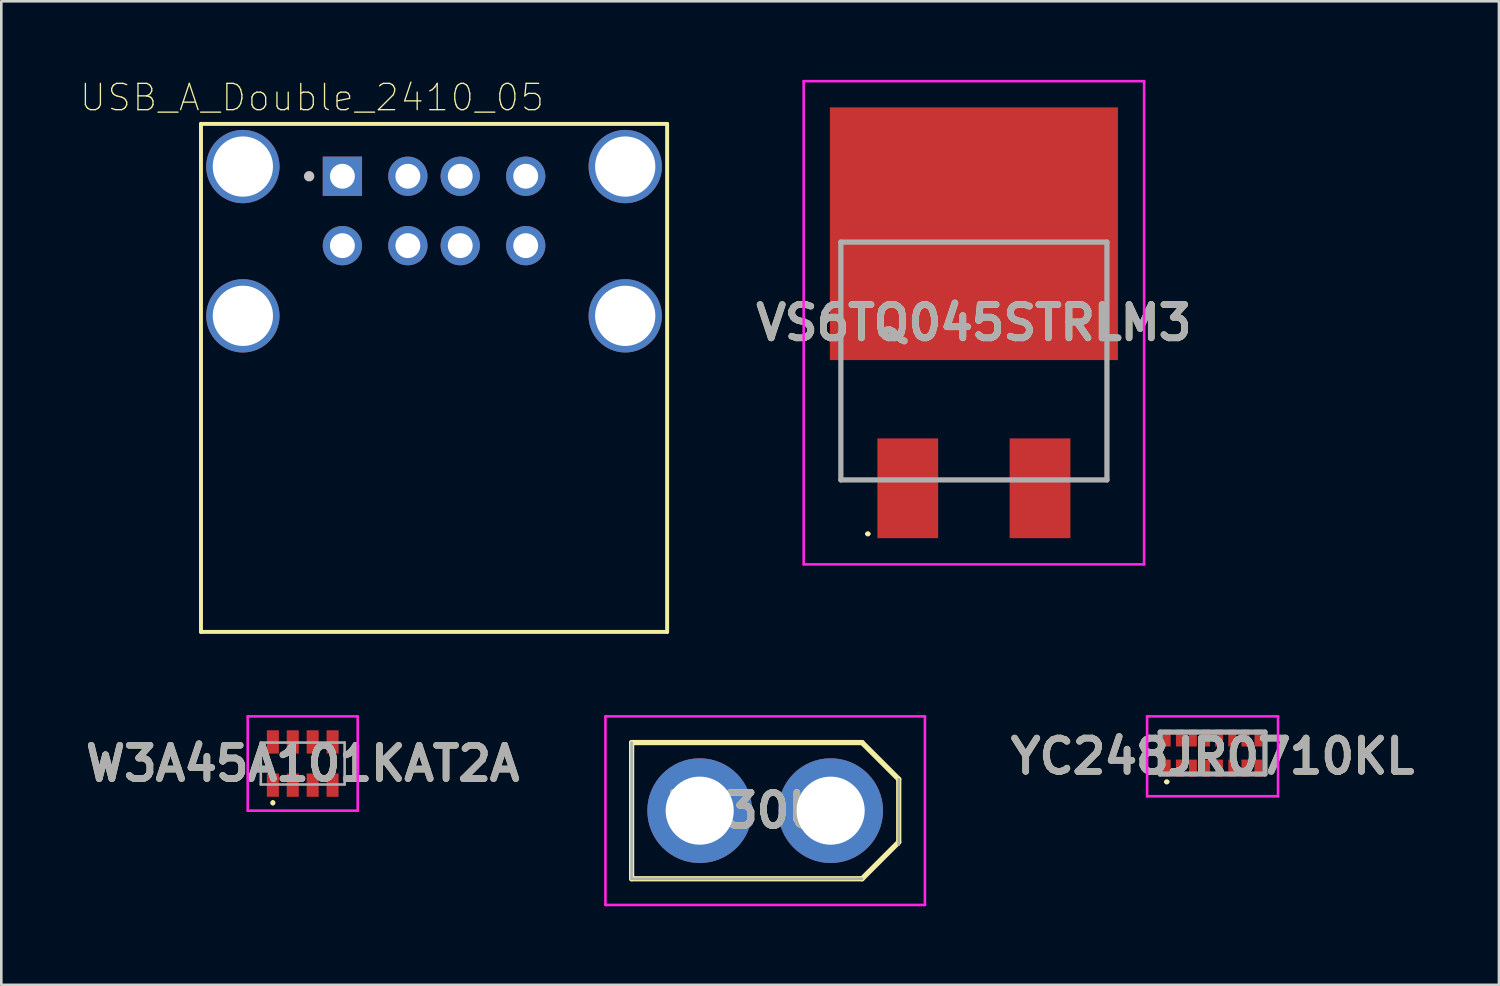
<source format=kicad_pcb>
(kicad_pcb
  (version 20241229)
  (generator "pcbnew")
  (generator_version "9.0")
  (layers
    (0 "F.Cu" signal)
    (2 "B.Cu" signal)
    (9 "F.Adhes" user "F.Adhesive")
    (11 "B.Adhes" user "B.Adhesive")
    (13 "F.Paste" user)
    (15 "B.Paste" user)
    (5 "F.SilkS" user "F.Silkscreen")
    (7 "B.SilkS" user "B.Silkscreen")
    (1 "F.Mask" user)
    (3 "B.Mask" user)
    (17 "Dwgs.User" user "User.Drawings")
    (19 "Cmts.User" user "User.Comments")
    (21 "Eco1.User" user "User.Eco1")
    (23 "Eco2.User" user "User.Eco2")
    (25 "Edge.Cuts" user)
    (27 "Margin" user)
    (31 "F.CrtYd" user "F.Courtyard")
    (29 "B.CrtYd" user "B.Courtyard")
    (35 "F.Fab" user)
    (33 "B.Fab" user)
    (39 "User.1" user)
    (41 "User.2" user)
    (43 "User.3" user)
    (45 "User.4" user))
  (footprint "W3A45A101KAT2A"
    (layer "F.Cu")
    (at 8.509 26.105)
    (property "Reference" "W3A45A101KAT2A" (at 0 0 0) (layer "F.SilkS") (effects (font (size 1.27 1.27) (thickness 0.254))))
    (attr smd)
    (fp_arc (start -1.14 1.45) (mid -1.09 1.5) (end -1.14 1.55) (stroke (width 0.1) (type solid)) (layer "F.SilkS"))
    (fp_arc (start -1.14 1.55) (mid -1.19 1.5) (end -1.14 1.45) (stroke (width 0.1) (type solid)) (layer "F.SilkS"))
    (fp_line (start -2.1 -1.8) (end 2.1 -1.8) (stroke (width 0.1) (type solid)) (layer "F.CrtYd"))
    (fp_line (start -2.1 1.8) (end -2.1 -1.8) (stroke (width 0.1) (type solid)) (layer "F.CrtYd"))
    (fp_line (start 2.1 -1.8) (end 2.1 1.8) (stroke (width 0.1) (type solid)) (layer "F.CrtYd"))
    (fp_line (start 2.1 1.8) (end -2.1 1.8) (stroke (width 0.1) (type solid)) (layer "F.CrtYd"))
    (fp_line (start -1.6 -0.8) (end 1.6 -0.8) (stroke (width 0.1) (type solid)) (layer "F.Fab"))
    (fp_line (start -1.6 0.8) (end -1.6 -0.8) (stroke (width 0.1) (type solid)) (layer "F.Fab"))
    (fp_line (start 1.6 -0.8) (end 1.6 0.8) (stroke (width 0.1) (type solid)) (layer "F.Fab"))
    (fp_line (start 1.6 0.8) (end -1.6 0.8) (stroke (width 0.1) (type solid)) (layer "F.Fab"))
    (fp_text user "${REFERENCE}" (at 0 0 0) (layer "F.Fab") (effects (font (size 1.27 1.27) (thickness 0.254))))
    (pad "1" smd rect (at -1.14 0.825) (size 0.46 0.89) (layers "F.Cu" "F.Mask" "F.Paste"))
    (pad "2" smd rect (at -0.38 0.825) (size 0.46 0.89) (layers "F.Cu" "F.Mask" "F.Paste"))
    (pad "3" smd rect (at 0.38 0.825) (size 0.46 0.89) (layers "F.Cu" "F.Mask" "F.Paste"))
    (pad "4" smd rect (at 1.14 0.825) (size 0.46 0.89) (layers "F.Cu" "F.Mask" "F.Paste"))
    (pad "5" smd rect (at 1.14 -0.825) (size 0.46 0.89) (layers "F.Cu" "F.Mask" "F.Paste"))
    (pad "6" smd rect (at 0.38 -0.825) (size 0.46 0.89) (layers "F.Cu" "F.Mask" "F.Paste"))
    (pad "7" smd rect (at -0.38 -0.825) (size 0.46 0.89) (layers "F.Cu" "F.Mask" "F.Paste"))
    (pad "8" smd rect (at -1.14 -0.825) (size 0.46 0.89) (layers "F.Cu" "F.Mask" "F.Paste")))
  (footprint "XT30UM"
    (layer "F.Cu")
    (at 23.668 27.905)
    (property "Reference" "XT30UM" (at 2.5 0 0) (layer "F.SilkS") (effects (font (size 1.27 1.27) (thickness 0.254))))
    (attr through_hole)
    (fp_line (start -2.6 -2.6) (end 6.2 -2.6) (stroke (width 0.2) (type solid)) (layer "F.SilkS"))
    (fp_line (start -2.6 2.6) (end -2.6 -2.6) (stroke (width 0.2) (type solid)) (layer "F.SilkS"))
    (fp_line (start 6.2 -2.6) (end 7.6 -1.2) (stroke (width 0.2) (type solid)) (layer "F.SilkS"))
    (fp_line (start 6.2 2.6) (end -2.6 2.6) (stroke (width 0.2) (type solid)) (layer "F.SilkS"))
    (fp_line (start 6.2 2.6) (end 7.6 1.2) (stroke (width 0.2) (type solid)) (layer "F.SilkS"))
    (fp_line (start 7.6 -1.2) (end 7.6 1.2) (stroke (width 0.2) (type solid)) (layer "F.SilkS"))
    (fp_line (start -3.6 -3.6) (end 8.6 -3.6) (stroke (width 0.1) (type solid)) (layer "F.CrtYd"))
    (fp_line (start -3.6 3.6) (end -3.6 -3.6) (stroke (width 0.1) (type solid)) (layer "F.CrtYd"))
    (fp_line (start 8.6 -3.6) (end 8.6 3.6) (stroke (width 0.1) (type solid)) (layer "F.CrtYd"))
    (fp_line (start 8.6 3.6) (end -3.6 3.6) (stroke (width 0.1) (type solid)) (layer "F.CrtYd"))
    (fp_line (start -2.6 -2.6) (end -2.6 2.6) (stroke (width 0.1) (type solid)) (layer "F.Fab"))
    (fp_line (start -2.6 2.6) (end 6.2 2.6) (stroke (width 0.1) (type solid)) (layer "F.Fab"))
    (fp_line (start 7.6 1.3) (end 7.6 -1.2) (stroke (width 0.1) (type solid)) (layer "F.Fab"))
    (fp_text user "${REFERENCE}" (at 2.5 0 0) (layer "F.Fab") (effects (font (size 1.27 1.27) (thickness 0.254))))
    (pad "1" thru_hole circle (at 0 0) (size 4 4) (drill 2.6) (layers "*.Cu" "*.Mask"))
    (pad "2" thru_hole circle (at 5 0) (size 4 4) (drill 2.6) (layers "*.Cu" "*.Mask")))
  (footprint "USB_A_Double_2410_05"
    (layer "F.Cu")
    (at 10.024 3.68)
    (property "Reference" "USB_A_Double_2410_05" (at -1.16 -3.005 0) (layer "F.SilkS") (effects (font (size 1.004 1.004) (thickness 0.05))))
    (attr through_hole)
    (fp_line (start -5.4 -2) (end 12.4 -2) (stroke (width 0.15) (type solid)) (layer "F.SilkS"))
    (fp_line (start -5.4 17.4) (end -5.4 -2) (stroke (width 0.15) (type solid)) (layer "F.SilkS"))
    (fp_line (start 12.4 -2) (end 12.4 17.4) (stroke (width 0.15) (type solid)) (layer "F.SilkS"))
    (fp_line (start 12.4 17.4) (end -5.4 17.4) (stroke (width 0.15) (type solid)) (layer "F.SilkS"))
    (fp_circle (center -3.81 0) (end -3.71 0) (stroke (width 0.2) (type solid)) (fill no) (layer "F.SilkS"))
    (fp_circle (center -1.27 0) (end -1.17 0) (stroke (width 0.2) (type solid)) (fill no) (layer "Dwgs.User"))
    (fp_line (start -5.56 -2.15) (end 12.55 -2.15) (stroke (width 0.05) (type solid)) (layer "Eco1.User"))
    (fp_line (start -5.56 17.55) (end -5.56 -2.15) (stroke (width 0.05) (type solid)) (layer "Eco1.User"))
    (fp_line (start 12.55 -2.15) (end 12.55 17.55) (stroke (width 0.05) (type solid)) (layer "Eco1.User"))
    (fp_line (start 12.55 17.55) (end -5.56 17.55) (stroke (width 0.05) (type solid)) (layer "Eco1.User"))
    (pad "1" thru_hole rect (at 0 0) (size 1.5 1.5) (drill 0.95) (layers "*.Cu" "*.Mask"))
    (pad "1" thru_hole circle (at 0 2.65) (size 1.5 1.5) (drill 0.95) (layers "*.Cu" "*.Mask"))
    (pad "2" thru_hole circle (at 2.5 0) (size 1.5 1.5) (drill 0.95) (layers "*.Cu" "*.Mask"))
    (pad "3" thru_hole circle (at 4.5 0) (size 1.5 1.5) (drill 0.95) (layers "*.Cu" "*.Mask"))
    (pad "4" thru_hole circle (at 7 0) (size 1.5 1.5) (drill 0.95) (layers "*.Cu" "*.Mask"))
    (pad "4" thru_hole circle (at 7 2.65) (size 1.5 1.5) (drill 0.95) (layers "*.Cu" "*.Mask"))
    (pad "5" thru_hole circle (at 4.5 2.65) (size 1.5 1.5) (drill 0.95) (layers "*.Cu" "*.Mask"))
    (pad "6" thru_hole circle (at 2.5 2.65) (size 1.5 1.5) (drill 0.95) (layers "*.Cu" "*.Mask"))
    (pad "7" thru_hole circle (at -3.8 -0.37) (size 2.8 2.8) (drill 2.3) (layers "*.Cu" "*.Mask"))
    (pad "7" thru_hole circle (at -3.8 5.33) (size 2.8 2.8) (drill 2.3) (layers "*.Cu" "*.Mask"))
    (pad "7" thru_hole circle (at 10.8 -0.37) (size 2.8 2.8) (drill 2.3) (layers "*.Cu" "*.Mask"))
    (pad "7" thru_hole circle (at 10.8 5.33) (size 2.8 2.8) (drill 2.3) (layers "*.Cu" "*.Mask")))
  (footprint "YC248JR0710KL"
    (layer "F.Cu")
    (at 43.252 25.705)
    (property "Reference" "YC248JR0710KL" (at 0 0.125 0) (layer "F.SilkS") (effects (font (size 1.27 1.27) (thickness 0.254))))
    (attr smd)
    (fp_line (start -2 -0.1) (end -2 0.1) (stroke (width 0.1) (type solid)) (layer "F.SilkS"))
    (fp_line (start -1.8 1.1) (end -1.8 1.1) (stroke (width 0.1) (type solid)) (layer "F.SilkS"))
    (fp_line (start -1.7 1.1) (end -1.7 1.1) (stroke (width 0.1) (type solid)) (layer "F.SilkS"))
    (fp_line (start 2 -0.1) (end 2 0.1) (stroke (width 0.1) (type solid)) (layer "F.SilkS"))
    (fp_arc (start -1.8 1.1) (mid -1.75 1.05) (end -1.7 1.1) (stroke (width 0.1) (type solid)) (layer "F.SilkS"))
    (fp_arc (start -1.7 1.1) (mid -1.75 1.15) (end -1.8 1.1) (stroke (width 0.1) (type solid)) (layer "F.SilkS"))
    (fp_line (start -2.5 -1.4) (end 2.5 -1.4) (stroke (width 0.1) (type solid)) (layer "F.CrtYd"))
    (fp_line (start -2.5 1.65) (end -2.5 -1.4) (stroke (width 0.1) (type solid)) (layer "F.CrtYd"))
    (fp_line (start 2.5 -1.4) (end 2.5 1.65) (stroke (width 0.1) (type solid)) (layer "F.CrtYd"))
    (fp_line (start 2.5 1.65) (end -2.5 1.65) (stroke (width 0.1) (type solid)) (layer "F.CrtYd"))
    (fp_line (start -2 -0.8) (end 2 -0.8) (stroke (width 0.2) (type solid)) (layer "F.Fab"))
    (fp_line (start -2 0.8) (end -2 -0.8) (stroke (width 0.2) (type solid)) (layer "F.Fab"))
    (fp_line (start 2 -0.8) (end 2 0.8) (stroke (width 0.2) (type solid)) (layer "F.Fab"))
    (fp_line (start 2 0.8) (end -2 0.8) (stroke (width 0.2) (type solid)) (layer "F.Fab"))
    (fp_text user "${REFERENCE}" (at 0 0.125 0) (layer "F.Fab") (effects (font (size 1.27 1.27) (thickness 0.254))))
    (pad "1" smd rect (at -1.75 0.575) (size 0.3 0.65) (layers "F.Cu" "F.Mask" "F.Paste"))
    (pad "2" smd rect (at -1.75 -0.575) (size 0.3 0.65) (layers "F.Cu" "F.Mask" "F.Paste"))
    (pad "3" smd rect (at -1.25 0.575) (size 0.3 0.65) (layers "F.Cu" "F.Mask" "F.Paste"))
    (pad "4" smd rect (at -1.25 -0.575) (size 0.3 0.65) (layers "F.Cu" "F.Mask" "F.Paste"))
    (pad "5" smd rect (at -0.75 0.575) (size 0.3 0.65) (layers "F.Cu" "F.Mask" "F.Paste"))
    (pad "6" smd rect (at -0.75 -0.575) (size 0.3 0.65) (layers "F.Cu" "F.Mask" "F.Paste"))
    (pad "7" smd rect (at -0.25 0.575) (size 0.3 0.65) (layers "F.Cu" "F.Mask" "F.Paste"))
    (pad "8" smd rect (at -0.25 -0.575) (size 0.3 0.65) (layers "F.Cu" "F.Mask" "F.Paste"))
    (pad "9" smd rect (at 0.25 0.575) (size 0.3 0.65) (layers "F.Cu" "F.Mask" "F.Paste"))
    (pad "10" smd rect (at 0.25 -0.575) (size 0.3 0.65) (layers "F.Cu" "F.Mask" "F.Paste"))
    (pad "11" smd rect (at 0.75 0.575) (size 0.3 0.65) (layers "F.Cu" "F.Mask" "F.Paste"))
    (pad "12" smd rect (at 0.75 -0.575) (size 0.3 0.65) (layers "F.Cu" "F.Mask" "F.Paste"))
    (pad "13" smd rect (at 1.25 0.575) (size 0.3 0.65) (layers "F.Cu" "F.Mask" "F.Paste"))
    (pad "14" smd rect (at 1.25 -0.575) (size 0.3 0.65) (layers "F.Cu" "F.Mask" "F.Paste"))
    (pad "15" smd rect (at 1.75 0.575) (size 0.3 0.65) (layers "F.Cu" "F.Mask" "F.Paste"))
    (pad "16" smd rect (at 1.75 -0.575) (size 0.3 0.65) (layers "F.Cu" "F.Mask" "F.Paste")))
  (footprint "VS6TQ045STRLM3"
    (layer "F.Cu")
    (at 34.138 10.735)
    (property "Reference" "VS6TQ045STRLM3" (at 0 -1.46 0) (layer "F.SilkS") (effects (font (size 1.27 1.27) (thickness 0.254))))
    (attr smd)
    (fp_line (start -5.08 0.6) (end -5.08 4.54) (stroke (width 0.1) (type solid)) (layer "F.SilkS"))
    (fp_line (start -5.08 4.54) (end -4.4 4.54) (stroke (width 0.1) (type solid)) (layer "F.SilkS"))
    (fp_line (start -4.1 6.6) (end -4.1 6.6) (stroke (width 0.1) (type solid)) (layer "F.SilkS"))
    (fp_line (start -4 6.6) (end -4 6.6) (stroke (width 0.1) (type solid)) (layer "F.SilkS"))
    (fp_line (start -1 4.54) (end 0.4 4.54) (stroke (width 0.1) (type solid)) (layer "F.SilkS"))
    (fp_line (start 4.2 4.54) (end 5.08 4.54) (stroke (width 0.1) (type solid)) (layer "F.SilkS"))
    (fp_line (start 5.08 4.54) (end 5.08 1.2) (stroke (width 0.1) (type solid)) (layer "F.SilkS"))
    (fp_arc (start -4.1 6.6) (mid -4.05 6.55) (end -4 6.6) (stroke (width 0.1) (type solid)) (layer "F.SilkS"))
    (fp_arc (start -4 6.6) (mid -4.05 6.65) (end -4.1 6.6) (stroke (width 0.1) (type solid)) (layer "F.SilkS"))
    (fp_line (start -6.5 -10.685) (end 6.5 -10.685) (stroke (width 0.1) (type solid)) (layer "F.CrtYd"))
    (fp_line (start -6.5 7.765) (end -6.5 -10.685) (stroke (width 0.1) (type solid)) (layer "F.CrtYd"))
    (fp_line (start 6.5 -10.685) (end 6.5 7.765) (stroke (width 0.1) (type solid)) (layer "F.CrtYd"))
    (fp_line (start 6.5 7.765) (end -6.5 7.765) (stroke (width 0.1) (type solid)) (layer "F.CrtYd"))
    (fp_line (start -5.08 -4.54) (end 5.08 -4.54) (stroke (width 0.2) (type solid)) (layer "F.Fab"))
    (fp_line (start -5.08 4.54) (end -5.08 -4.54) (stroke (width 0.2) (type solid)) (layer "F.Fab"))
    (fp_line (start 5.08 -4.54) (end 5.08 4.54) (stroke (width 0.2) (type solid)) (layer "F.Fab"))
    (fp_line (start 5.08 4.54) (end -5.08 4.54) (stroke (width 0.2) (type solid)) (layer "F.Fab"))
    (fp_text user "${REFERENCE}" (at 0 -1.46 0) (layer "F.Fab") (effects (font (size 1.27 1.27) (thickness 0.254))))
    (pad "1" smd rect (at -2.525 4.86) (size 2.32 3.81) (layers "F.Cu" "F.Mask" "F.Paste"))
    (pad "2" smd rect (at 0 -4.86 90) (size 9.65 11) (layers "F.Cu" "F.Mask" "F.Paste"))
    (pad "3" smd rect (at 2.525 4.86) (size 2.32 3.81) (layers "F.Cu" "F.Mask" "F.Paste")))
  (gr_rect
    (start -3 -3)
    (end 54.187 34.555)
    (stroke (width 0.1) (type default))
    (fill no)
    (layer "Edge.Cuts")))
</source>
